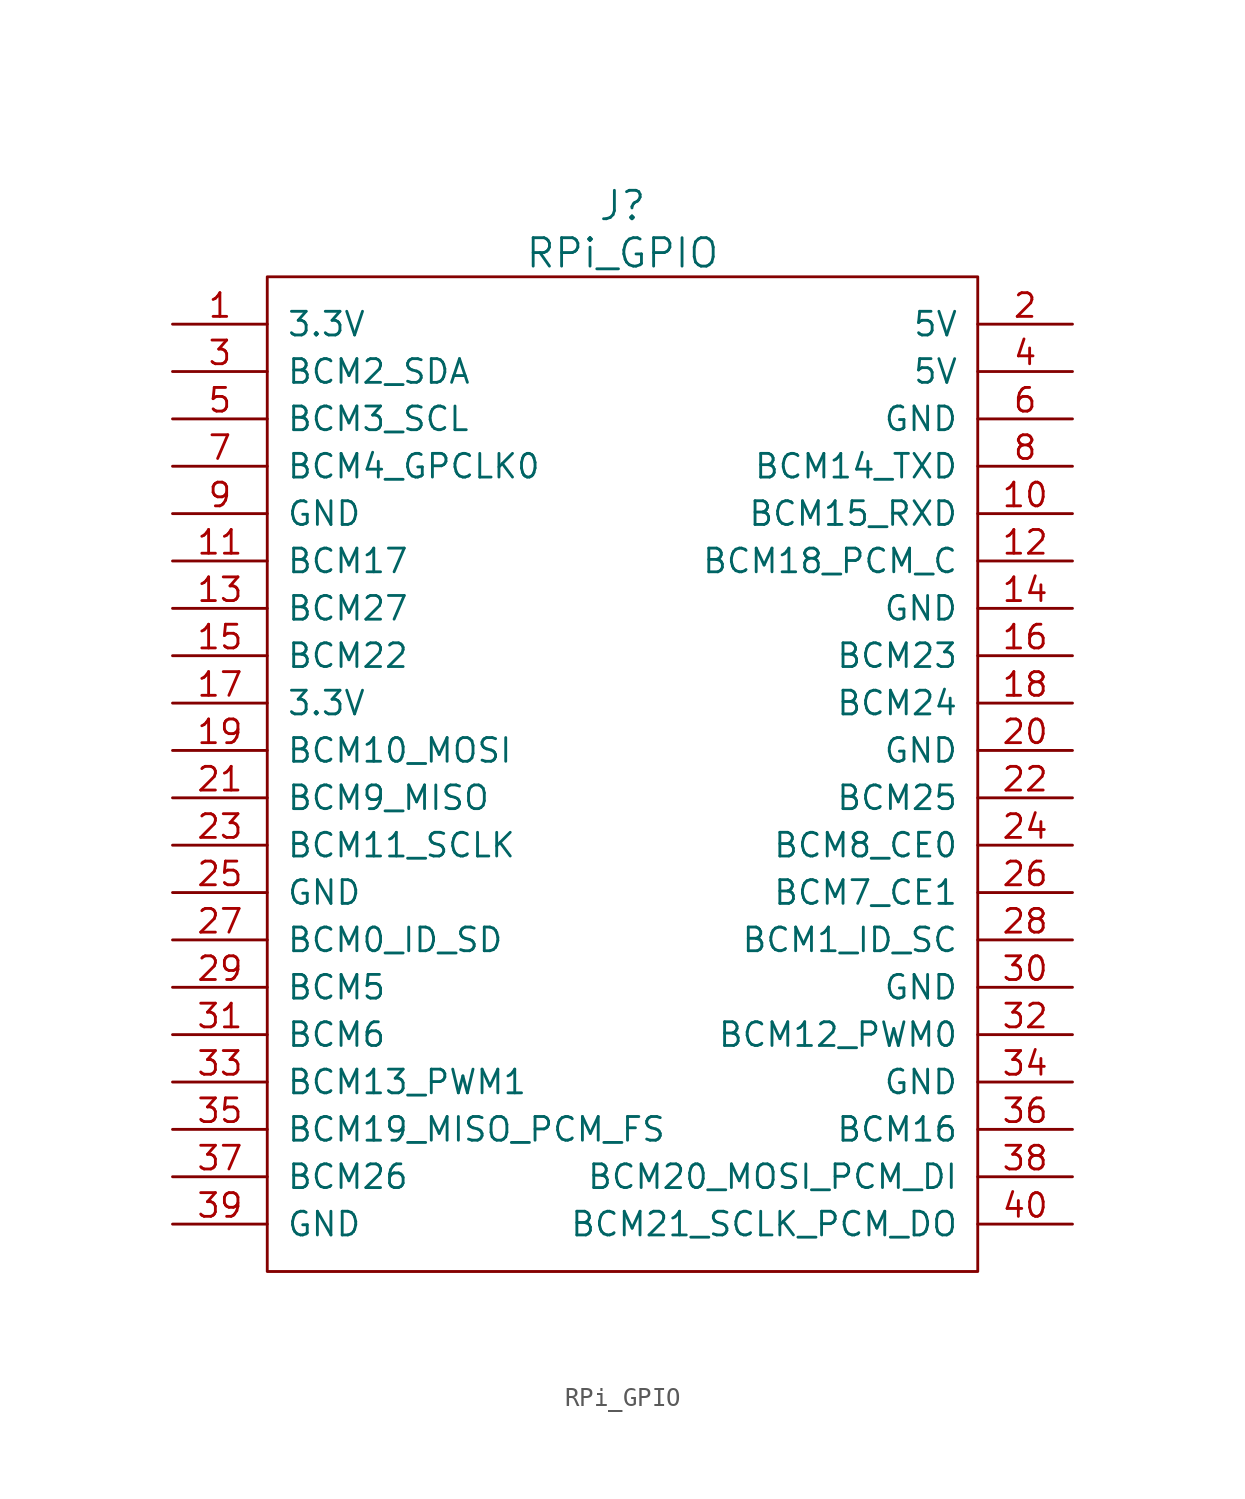
<source format=kicad_sym>
(kicad_symbol_lib
  (version 20220914)
  (generator kicad_symbol_editor)
  (symbol "RPi_GPIO"
    (pin_names
      (offset 1.016))
    (property "Reference" "J"
      (at 19.05 6.35 0)
      (effects (font (size 1.524 1.524))))
    (property "Value" "RPi_GPIO"
      (at 19.05 3.81 0)
      (effects (font (size 1.524 1.524))))
    (property "Footprint" ""
      (at 0 0 0)
      (effects (font (size 1.524 1.524))))
    (property "Datasheet" ""
      (at 0 0 0)
      (effects (font (size 1.524 1.524))))
    (symbol "RPi_GPIO_0_1"
      (rectangle (start 0 2.54) (end 38.1 -50.8) (stroke (width 0) (type solid)) (fill (type none))))
    (symbol "RPi_GPIO_1_1"
      (pin power_in line (at -5.08 0 0) (length 5.08) (name "3.3V" (effects (font (size 1.27 1.27)))) (number "1" (effects (font (size 1.27 1.27)))))
      (pin bidirectional line (at 43.18 -10.16 180) (length 5.08) (name "BCM15_RXD" (effects (font (size 1.27 1.27)))) (number "10" (effects (font (size 1.27 1.27)))))
      (pin bidirectional line (at -5.08 -12.7 0) (length 5.08) (name "BCM17" (effects (font (size 1.27 1.27)))) (number "11" (effects (font (size 1.27 1.27)))))
      (pin bidirectional line (at 43.18 -12.7 180) (length 5.08) (name "BCM18_PCM_C" (effects (font (size 1.27 1.27)))) (number "12" (effects (font (size 1.27 1.27)))))
      (pin bidirectional line (at -5.08 -15.24 0) (length 5.08) (name "BCM27" (effects (font (size 1.27 1.27)))) (number "13" (effects (font (size 1.27 1.27)))))
      (pin power_in line (at 43.18 -15.24 180) (length 5.08) (name "GND" (effects (font (size 1.27 1.27)))) (number "14" (effects (font (size 1.27 1.27)))))
      (pin bidirectional line (at -5.08 -17.78 0) (length 5.08) (name "BCM22" (effects (font (size 1.27 1.27)))) (number "15" (effects (font (size 1.27 1.27)))))
      (pin bidirectional line (at 43.18 -17.78 180) (length 5.08) (name "BCM23" (effects (font (size 1.27 1.27)))) (number "16" (effects (font (size 1.27 1.27)))))
      (pin power_in line (at -5.08 -20.32 0) (length 5.08) (name "3.3V" (effects (font (size 1.27 1.27)))) (number "17" (effects (font (size 1.27 1.27)))))
      (pin bidirectional line (at 43.18 -20.32 180) (length 5.08) (name "BCM24" (effects (font (size 1.27 1.27)))) (number "18" (effects (font (size 1.27 1.27)))))
      (pin bidirectional line (at -5.08 -22.86 0) (length 5.08) (name "BCM10_MOSI" (effects (font (size 1.27 1.27)))) (number "19" (effects (font (size 1.27 1.27)))))
      (pin power_in line (at 43.18 0 180) (length 5.08) (name "5V" (effects (font (size 1.27 1.27)))) (number "2" (effects (font (size 1.27 1.27)))))
      (pin power_in line (at 43.18 -22.86 180) (length 5.08) (name "GND" (effects (font (size 1.27 1.27)))) (number "20" (effects (font (size 1.27 1.27)))))
      (pin bidirectional line (at -5.08 -25.4 0) (length 5.08) (name "BCM9_MISO" (effects (font (size 1.27 1.27)))) (number "21" (effects (font (size 1.27 1.27)))))
      (pin bidirectional line (at 43.18 -25.4 180) (length 5.08) (name "BCM25" (effects (font (size 1.27 1.27)))) (number "22" (effects (font (size 1.27 1.27)))))
      (pin bidirectional line (at -5.08 -27.94 0) (length 5.08) (name "BCM11_SCLK" (effects (font (size 1.27 1.27)))) (number "23" (effects (font (size 1.27 1.27)))))
      (pin bidirectional line (at 43.18 -27.94 180) (length 5.08) (name "BCM8_CE0" (effects (font (size 1.27 1.27)))) (number "24" (effects (font (size 1.27 1.27)))))
      (pin power_in line (at -5.08 -30.48 0) (length 5.08) (name "GND" (effects (font (size 1.27 1.27)))) (number "25" (effects (font (size 1.27 1.27)))))
      (pin bidirectional line (at 43.18 -30.48 180) (length 5.08) (name "BCM7_CE1" (effects (font (size 1.27 1.27)))) (number "26" (effects (font (size 1.27 1.27)))))
      (pin bidirectional line (at -5.08 -33.02 0) (length 5.08) (name "BCM0_ID_SD" (effects (font (size 1.27 1.27)))) (number "27" (effects (font (size 1.27 1.27)))))
      (pin bidirectional line (at 43.18 -33.02 180) (length 5.08) (name "BCM1_ID_SC" (effects (font (size 1.27 1.27)))) (number "28" (effects (font (size 1.27 1.27)))))
      (pin bidirectional line (at -5.08 -35.56 0) (length 5.08) (name "BCM5" (effects (font (size 1.27 1.27)))) (number "29" (effects (font (size 1.27 1.27)))))
      (pin bidirectional line (at -5.08 -2.54 0) (length 5.08) (name "BCM2_SDA" (effects (font (size 1.27 1.27)))) (number "3" (effects (font (size 1.27 1.27)))))
      (pin power_in line (at 43.18 -35.56 180) (length 5.08) (name "GND" (effects (font (size 1.27 1.27)))) (number "30" (effects (font (size 1.27 1.27)))))
      (pin bidirectional line (at -5.08 -38.1 0) (length 5.08) (name "BCM6" (effects (font (size 1.27 1.27)))) (number "31" (effects (font (size 1.27 1.27)))))
      (pin bidirectional line (at 43.18 -38.1 180) (length 5.08) (name "BCM12_PWM0" (effects (font (size 1.27 1.27)))) (number "32" (effects (font (size 1.27 1.27)))))
      (pin bidirectional line (at -5.08 -40.64 0) (length 5.08) (name "BCM13_PWM1" (effects (font (size 1.27 1.27)))) (number "33" (effects (font (size 1.27 1.27)))))
      (pin power_in line (at 43.18 -40.64 180) (length 5.08) (name "GND" (effects (font (size 1.27 1.27)))) (number "34" (effects (font (size 1.27 1.27)))))
      (pin bidirectional line (at -5.08 -43.18 0) (length 5.08) (name "BCM19_MISO_PCM_FS" (effects (font (size 1.27 1.27)))) (number "35" (effects (font (size 1.27 1.27)))))
      (pin bidirectional line (at 43.18 -43.18 180) (length 5.08) (name "BCM16" (effects (font (size 1.27 1.27)))) (number "36" (effects (font (size 1.27 1.27)))))
      (pin bidirectional line (at -5.08 -45.72 0) (length 5.08) (name "BCM26" (effects (font (size 1.27 1.27)))) (number "37" (effects (font (size 1.27 1.27)))))
      (pin bidirectional line (at 43.18 -45.72 180) (length 5.08) (name "BCM20_MOSI_PCM_DI" (effects (font (size 1.27 1.27)))) (number "38" (effects (font (size 1.27 1.27)))))
      (pin power_in line (at -5.08 -48.26 0) (length 5.08) (name "GND" (effects (font (size 1.27 1.27)))) (number "39" (effects (font (size 1.27 1.27)))))
      (pin power_in line (at 43.18 -2.54 180) (length 5.08) (name "5V" (effects (font (size 1.27 1.27)))) (number "4" (effects (font (size 1.27 1.27)))))
      (pin bidirectional line (at 43.18 -48.26 180) (length 5.08) (name "BCM21_SCLK_PCM_DO" (effects (font (size 1.27 1.27)))) (number "40" (effects (font (size 1.27 1.27)))))
      (pin bidirectional line (at -5.08 -5.08 0) (length 5.08) (name "BCM3_SCL" (effects (font (size 1.27 1.27)))) (number "5" (effects (font (size 1.27 1.27)))))
      (pin power_in line (at 43.18 -5.08 180) (length 5.08) (name "GND" (effects (font (size 1.27 1.27)))) (number "6" (effects (font (size 1.27 1.27)))))
      (pin bidirectional line (at -5.08 -7.62 0) (length 5.08) (name "BCM4_GPCLK0" (effects (font (size 1.27 1.27)))) (number "7" (effects (font (size 1.27 1.27)))))
      (pin bidirectional line (at 43.18 -7.62 180) (length 5.08) (name "BCM14_TXD" (effects (font (size 1.27 1.27)))) (number "8" (effects (font (size 1.27 1.27)))))
      (pin power_in line (at -5.08 -10.16 0) (length 5.08) (name "GND" (effects (font (size 1.27 1.27)))) (number "9" (effects (font (size 1.27 1.27))))))))
</source>
